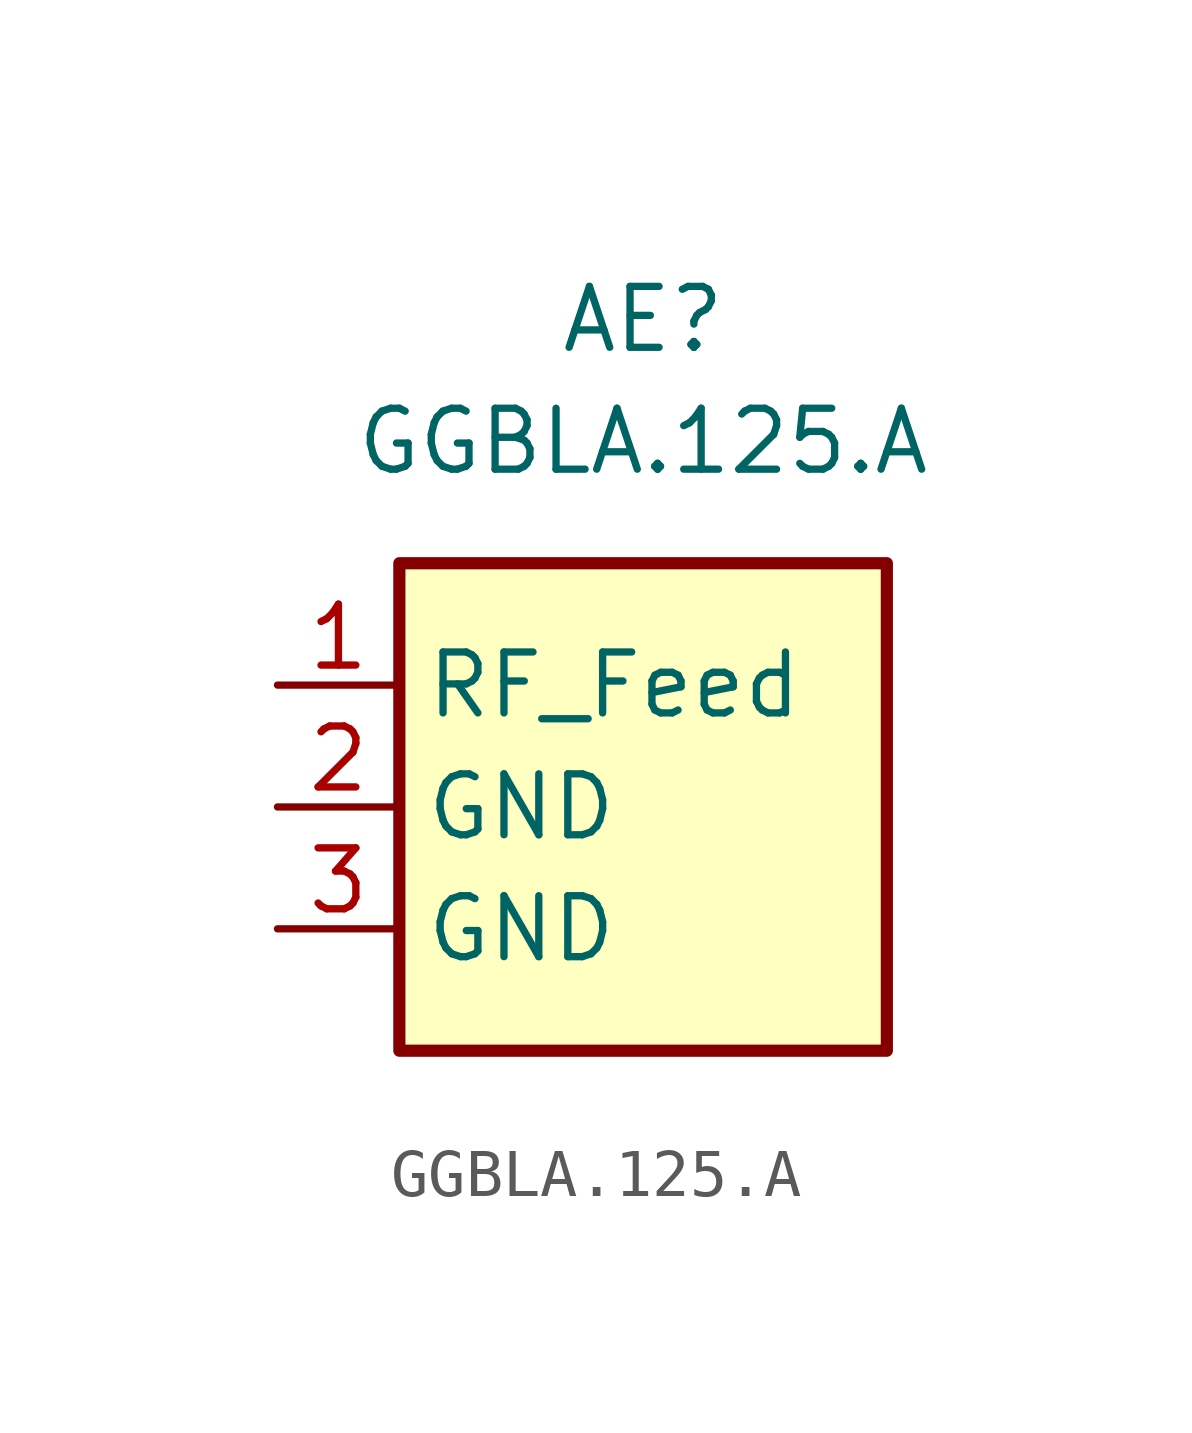
<source format=kicad_sym>
(kicad_symbol_lib
  (version 20241209)
  (generator "kicad_symbol_editor")
  (generator_version "9.0")
  (symbol "GGBLA.125.A"
    (property "Reference" "AE"
      (at 0 10.16 0)
      (effects (font (size 1.27 1.27))))
    (property "Value" "GGBLA.125.A"
      (at 0 7.62 0)
      (effects (font (size 1.27 1.27))))
    (symbol "GGBLA.125.A_1_1"
      (rectangle (start -5.08 5.08) (end 5.08 -5.08) (stroke (width 0.254) (type default)) (fill (type background)))
      (pin passive line (at -7.62 2.54 0) (length 2.54) (name "RF_Feed" (effects (font (size 1.27 1.27)))) (number "1" (effects (font (size 1.27 1.27)))))
      (pin passive line (at -7.62 0 0) (length 2.54) (name "GND" (effects (font (size 1.27 1.27)))) (number "2" (effects (font (size 1.27 1.27)))))
      (pin passive line (at -7.62 -2.54 0) (length 2.54) (name "GND" (effects (font (size 1.27 1.27)))) (number "3" (effects (font (size 1.27 1.27))))))))
</source>
